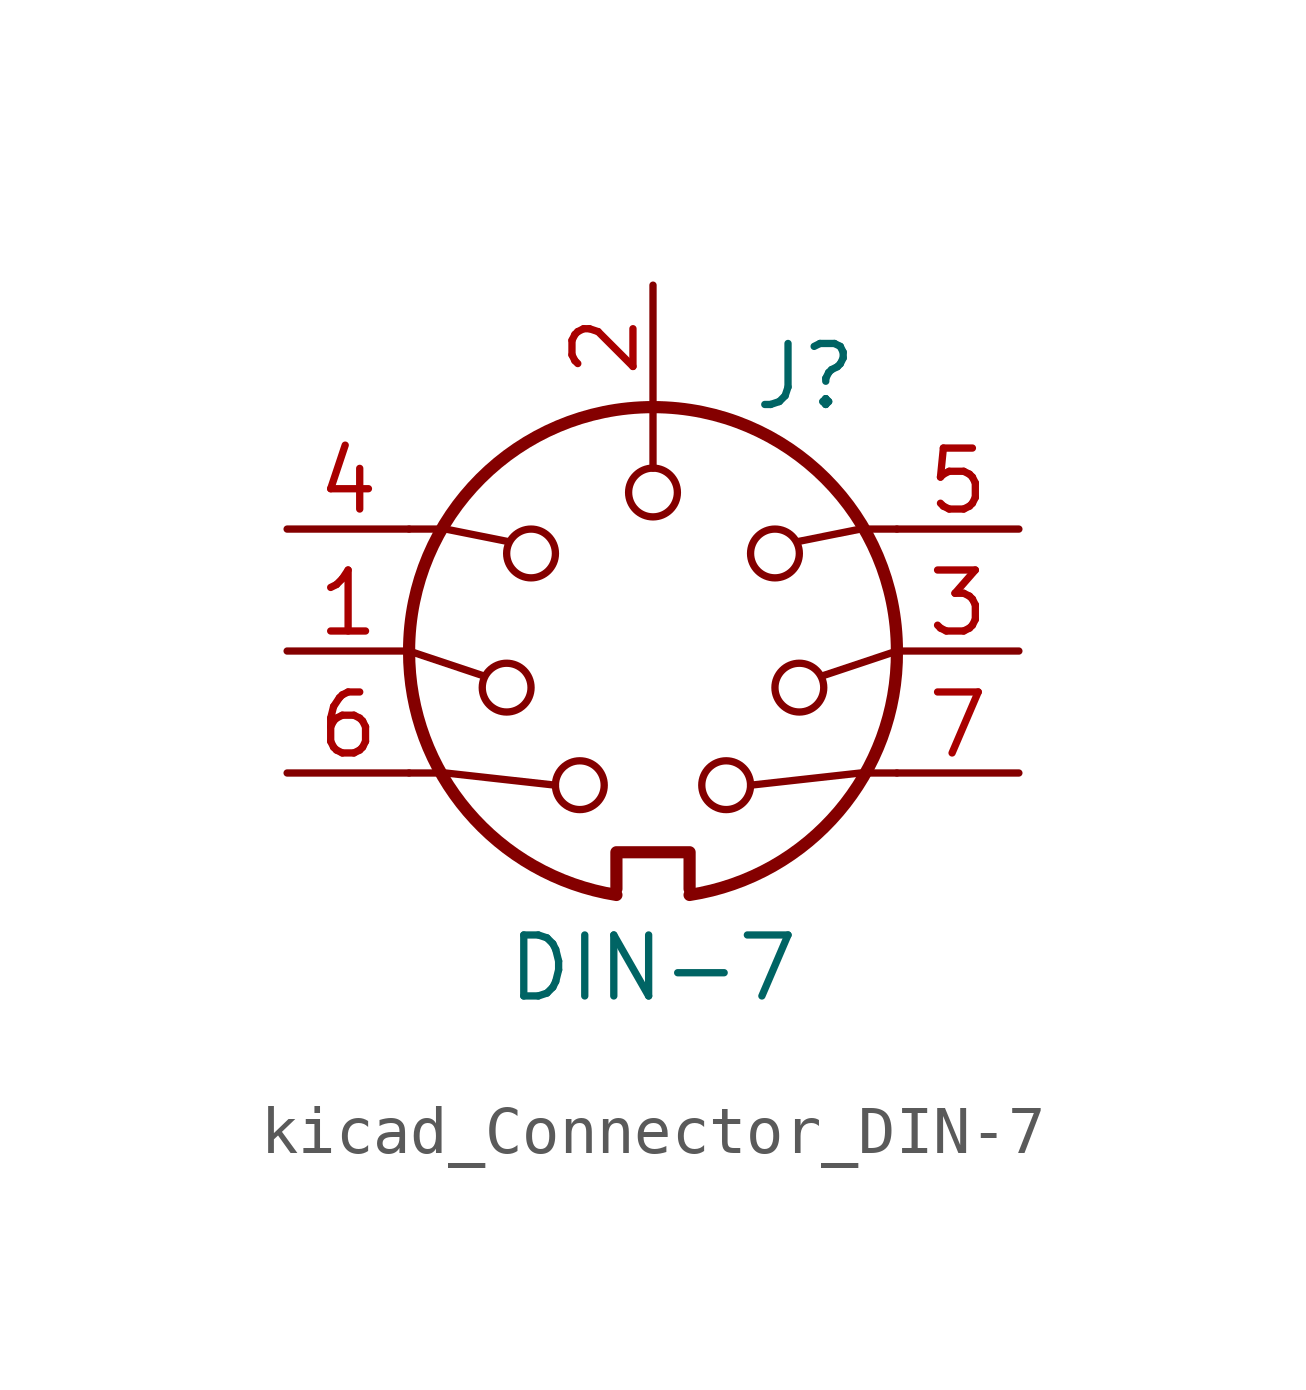
<source format=kicad_sym>
(kicad_symbol_lib
  (version 20220914)
  (generator kicad_symbol_editor)
  (symbol "kicad_Connector_DIN-7"
    (pin_names
      (offset 1.016))
    (property "Reference" "J"
      (at 3.175 5.715 0)
      (effects (font (size 1.27 1.27))))
    (property "Value" "DIN-7"
      (at 0 -6.604 0)
      (effects (font (size 1.27 1.27))))
    (symbol "kicad_Connector_DIN-7_0_1"
      (arc (start -5.08 0) (mid -3.8609 -3.3364) (end -0.762 -5.08) (stroke (width 0.254) (type default)) (fill (type none)))
      (circle (center -3.048 -0.762) (radius 0.508) (stroke (width 0) (type default)) (fill (type none)))
      (circle (center -2.54 2.032) (radius 0.508) (stroke (width 0) (type default)) (fill (type none)))
      (circle (center -1.524 -2.794) (radius 0.508) (stroke (width 0) (type default)) (fill (type none)))
      (polyline (pts (xy -5.08 0) (xy -3.556 -0.508)) (stroke (width 0) (type default)) (fill (type none)))
      (polyline (pts (xy 0 5.08) (xy 0 3.81)) (stroke (width 0) (type default)) (fill (type none)))
      (polyline (pts (xy 5.08 0) (xy 3.556 -0.508)) (stroke (width 0) (type default)) (fill (type none)))
      (polyline (pts (xy -5.08 -2.54) (xy -4.318 -2.54) (xy -2.032 -2.794)) (stroke (width 0) (type default)) (fill (type none)))
      (polyline (pts (xy -5.08 2.54) (xy -4.318 2.54) (xy -3.048 2.286)) (stroke (width 0) (type default)) (fill (type none)))
      (polyline (pts (xy 5.08 -2.54) (xy 4.318 -2.54) (xy 2.032 -2.794)) (stroke (width 0) (type default)) (fill (type none)))
      (polyline (pts (xy 5.08 2.54) (xy 4.318 2.54) (xy 3.048 2.286)) (stroke (width 0) (type default)) (fill (type none)))
      (polyline (pts (xy -0.762 -4.953) (xy -0.762 -4.191) (xy 0.762 -4.191) (xy 0.762 -4.953)) (stroke (width 0.254) (type default)) (fill (type none)))
      (circle (center 0 3.302) (radius 0.508) (stroke (width 0) (type default)) (fill (type none)))
      (arc (start 0.762 -5.08) (mid 3.8685 -3.343) (end 5.08 0) (stroke (width 0.254) (type default)) (fill (type none)))
      (circle (center 1.524 -2.794) (radius 0.508) (stroke (width 0) (type default)) (fill (type none)))
      (circle (center 2.54 2.032) (radius 0.508) (stroke (width 0) (type default)) (fill (type none)))
      (circle (center 3.048 -0.762) (radius 0.508) (stroke (width 0) (type default)) (fill (type none)))
      (arc (start 5.08 0) (mid 0 5.0579) (end -5.08 0) (stroke (width 0.254) (type default)) (fill (type none))))
    (symbol "kicad_Connector_DIN-7_1_1"
      (pin passive line (at -7.62 0 0) (length 2.54) (name "~" (effects (font (size 1.27 1.27)))) (number "1" (effects (font (size 1.27 1.27)))))
      (pin passive line (at 0 7.62 270) (length 2.54) (name "~" (effects (font (size 1.27 1.27)))) (number "2" (effects (font (size 1.27 1.27)))))
      (pin passive line (at 7.62 0 180) (length 2.54) (name "~" (effects (font (size 1.27 1.27)))) (number "3" (effects (font (size 1.27 1.27)))))
      (pin passive line (at -7.62 2.54 0) (length 2.54) (name "~" (effects (font (size 1.27 1.27)))) (number "4" (effects (font (size 1.27 1.27)))))
      (pin passive line (at 7.62 2.54 180) (length 2.54) (name "~" (effects (font (size 1.27 1.27)))) (number "5" (effects (font (size 1.27 1.27)))))
      (pin passive line (at -7.62 -2.54 0) (length 2.54) (name "~" (effects (font (size 1.27 1.27)))) (number "6" (effects (font (size 1.27 1.27)))))
      (pin passive line (at 7.62 -2.54 180) (length 2.54) (name "~" (effects (font (size 1.27 1.27)))) (number "7" (effects (font (size 1.27 1.27))))))))
</source>
